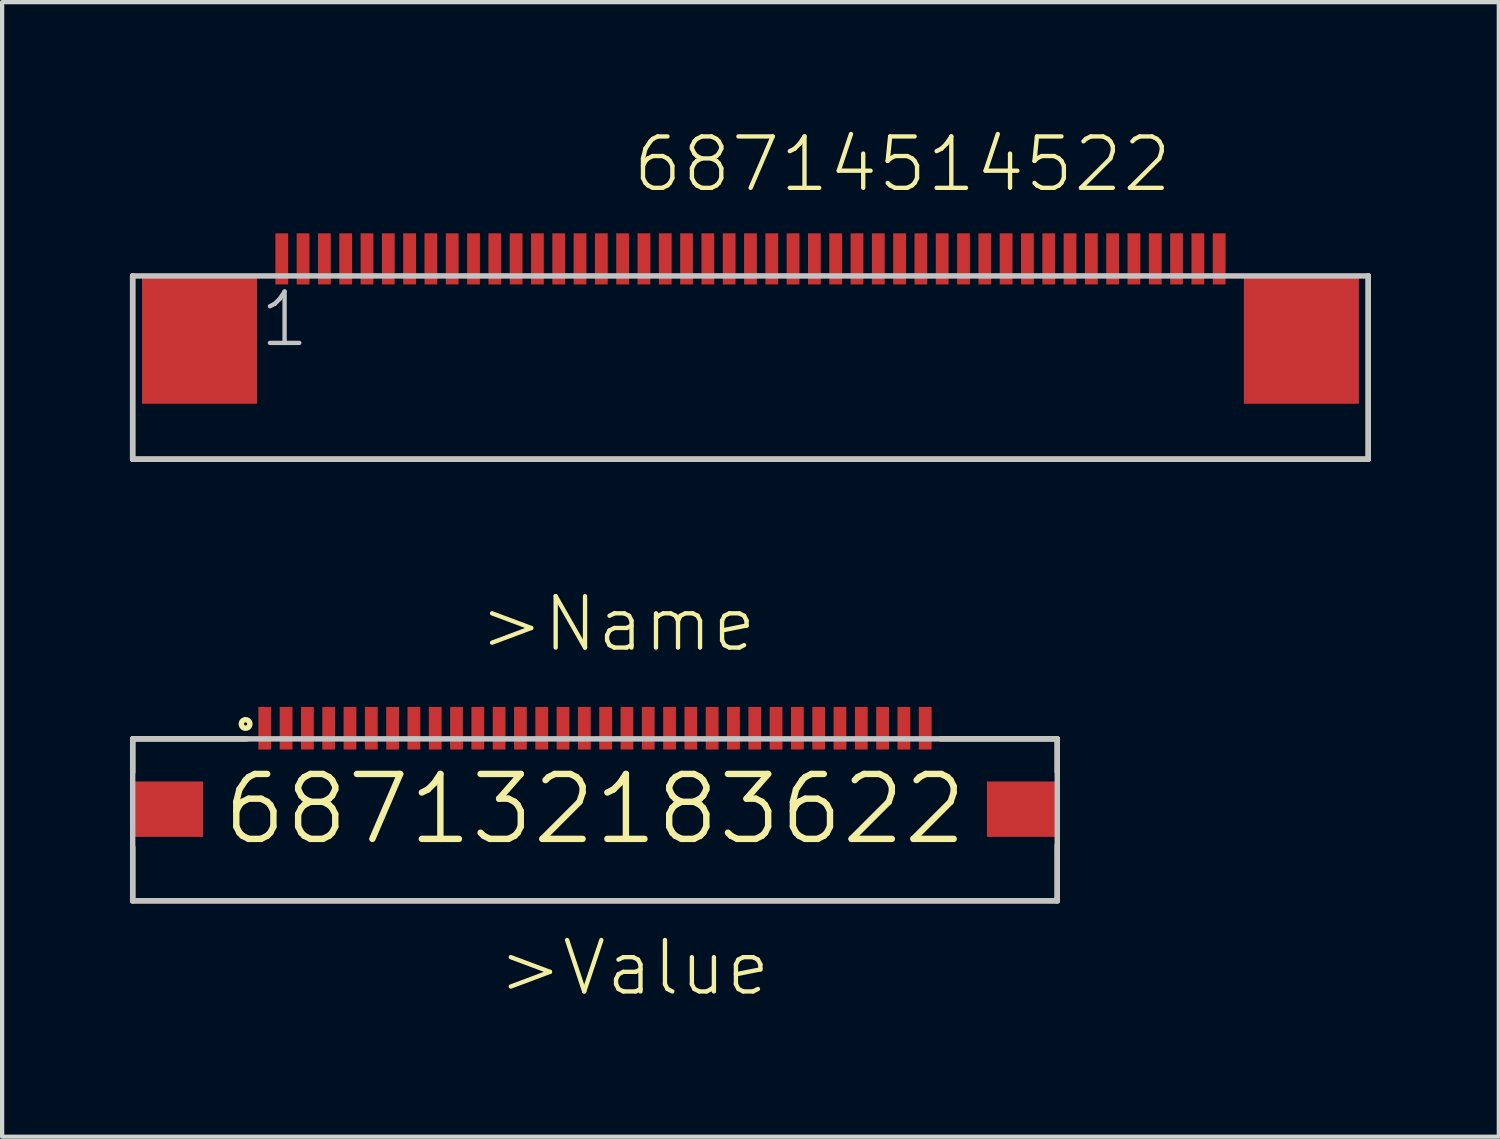
<source format=kicad_pcb>
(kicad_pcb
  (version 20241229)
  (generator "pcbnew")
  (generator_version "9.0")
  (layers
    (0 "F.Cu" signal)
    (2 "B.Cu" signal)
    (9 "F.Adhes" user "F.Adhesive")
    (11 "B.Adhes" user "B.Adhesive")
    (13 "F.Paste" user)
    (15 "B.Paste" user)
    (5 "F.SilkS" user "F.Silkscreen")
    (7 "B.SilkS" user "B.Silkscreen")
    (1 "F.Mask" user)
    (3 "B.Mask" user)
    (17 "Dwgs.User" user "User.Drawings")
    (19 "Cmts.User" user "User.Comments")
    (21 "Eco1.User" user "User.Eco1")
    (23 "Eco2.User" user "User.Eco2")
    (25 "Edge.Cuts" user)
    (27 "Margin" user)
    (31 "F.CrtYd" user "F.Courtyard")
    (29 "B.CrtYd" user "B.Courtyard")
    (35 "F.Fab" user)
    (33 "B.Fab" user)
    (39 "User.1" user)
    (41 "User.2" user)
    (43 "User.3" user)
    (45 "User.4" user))
  (footprint "68714514522"
    (layer "F.Cu")
    (at 14.563 4.926)
    (property "Reference" "68714514522" (at -2.819 -3.415 0) (layer "F.SilkS") (effects (font (size 1.206 1.206) (thickness 0.102)) (justify left bottom)))
    (attr through_hole)
    (fp_line (start -14.5 -1.5) (end -14.5 2.8) (stroke (width 0.127) (type solid)) (layer "F.SilkS"))
    (fp_line (start -14.5 2.8) (end 14.5 2.8) (stroke (width 0.127) (type solid)) (layer "F.SilkS"))
    (fp_line (start 14.5 2.8) (end 14.5 -1.5) (stroke (width 0.127) (type solid)) (layer "F.SilkS"))
    (fp_line (start -14.5 -1.5) (end 14.5 -1.5) (stroke (width 0.127) (type solid)) (layer "Dwgs.User"))
    (fp_line (start -14.5 2.8) (end -14.5 -1.5) (stroke (width 0.127) (type solid)) (layer "Dwgs.User"))
    (fp_line (start -14.5 2.8) (end 14.5 2.8) (stroke (width 0.127) (type solid)) (layer "Dwgs.User"))
    (fp_line (start 14.5 -1.5) (end 14.5 2.8) (stroke (width 0.127) (type solid)) (layer "Dwgs.User"))
    (fp_text user "1" (at -11.575 0.225 0) (layer "Dwgs.User") (effects (font (size 1.206 1.206) (thickness 0.102)) (justify left bottom)))
    (pad "1" smd rect (at -11 -1.9) (size 0.3 1.2) (layers "F.Cu" "F.Mask" "F.Paste"))
    (pad "2" smd rect (at -10.5 -1.9) (size 0.3 1.2) (layers "F.Cu" "F.Mask" "F.Paste"))
    (pad "3" smd rect (at -10 -1.9) (size 0.3 1.2) (layers "F.Cu" "F.Mask" "F.Paste"))
    (pad "4" smd rect (at -9.5 -1.9) (size 0.3 1.2) (layers "F.Cu" "F.Mask" "F.Paste"))
    (pad "5" smd rect (at -9 -1.9) (size 0.3 1.2) (layers "F.Cu" "F.Mask" "F.Paste"))
    (pad "6" smd rect (at -8.5 -1.9) (size 0.3 1.2) (layers "F.Cu" "F.Mask" "F.Paste"))
    (pad "7" smd rect (at -8 -1.9) (size 0.3 1.2) (layers "F.Cu" "F.Mask" "F.Paste"))
    (pad "8" smd rect (at -7.5 -1.9) (size 0.3 1.2) (layers "F.Cu" "F.Mask" "F.Paste"))
    (pad "9" smd rect (at -7 -1.9) (size 0.3 1.2) (layers "F.Cu" "F.Mask" "F.Paste"))
    (pad "10" smd rect (at -6.5 -1.9) (size 0.3 1.2) (layers "F.Cu" "F.Mask" "F.Paste"))
    (pad "11" smd rect (at -6 -1.9) (size 0.3 1.2) (layers "F.Cu" "F.Mask" "F.Paste"))
    (pad "12" smd rect (at -5.5 -1.9) (size 0.3 1.2) (layers "F.Cu" "F.Mask" "F.Paste"))
    (pad "13" smd rect (at -5 -1.9) (size 0.3 1.2) (layers "F.Cu" "F.Mask" "F.Paste"))
    (pad "14" smd rect (at -4.5 -1.9) (size 0.3 1.2) (layers "F.Cu" "F.Mask" "F.Paste"))
    (pad "15" smd rect (at -4 -1.9) (size 0.3 1.2) (layers "F.Cu" "F.Mask" "F.Paste"))
    (pad "16" smd rect (at -3.5 -1.9) (size 0.3 1.2) (layers "F.Cu" "F.Mask" "F.Paste"))
    (pad "17" smd rect (at -3 -1.9) (size 0.3 1.2) (layers "F.Cu" "F.Mask" "F.Paste"))
    (pad "18" smd rect (at -2.5 -1.9) (size 0.3 1.2) (layers "F.Cu" "F.Mask" "F.Paste"))
    (pad "19" smd rect (at -2 -1.9) (size 0.3 1.2) (layers "F.Cu" "F.Mask" "F.Paste"))
    (pad "20" smd rect (at -1.5 -1.9) (size 0.3 1.2) (layers "F.Cu" "F.Mask" "F.Paste"))
    (pad "21" smd rect (at -1 -1.9) (size 0.3 1.2) (layers "F.Cu" "F.Mask" "F.Paste"))
    (pad "22" smd rect (at -0.5 -1.9) (size 0.3 1.2) (layers "F.Cu" "F.Mask" "F.Paste"))
    (pad "23" smd rect (at 0 -1.9) (size 0.3 1.2) (layers "F.Cu" "F.Mask" "F.Paste"))
    (pad "24" smd rect (at 0.5 -1.9) (size 0.3 1.2) (layers "F.Cu" "F.Mask" "F.Paste"))
    (pad "25" smd rect (at 1 -1.9) (size 0.3 1.2) (layers "F.Cu" "F.Mask" "F.Paste"))
    (pad "26" smd rect (at 1.5 -1.9) (size 0.3 1.2) (layers "F.Cu" "F.Mask" "F.Paste"))
    (pad "27" smd rect (at 2 -1.9) (size 0.3 1.2) (layers "F.Cu" "F.Mask" "F.Paste"))
    (pad "28" smd rect (at 2.5 -1.9) (size 0.3 1.2) (layers "F.Cu" "F.Mask" "F.Paste"))
    (pad "29" smd rect (at 3 -1.9) (size 0.3 1.2) (layers "F.Cu" "F.Mask" "F.Paste"))
    (pad "30" smd rect (at 3.5 -1.9) (size 0.3 1.2) (layers "F.Cu" "F.Mask" "F.Paste"))
    (pad "31" smd rect (at 4 -1.9) (size 0.3 1.2) (layers "F.Cu" "F.Mask" "F.Paste"))
    (pad "32" smd rect (at 4.5 -1.9) (size 0.3 1.2) (layers "F.Cu" "F.Mask" "F.Paste"))
    (pad "33" smd rect (at 5 -1.9) (size 0.3 1.2) (layers "F.Cu" "F.Mask" "F.Paste"))
    (pad "34" smd rect (at 5.5 -1.9) (size 0.3 1.2) (layers "F.Cu" "F.Mask" "F.Paste"))
    (pad "35" smd rect (at 6 -1.9) (size 0.3 1.2) (layers "F.Cu" "F.Mask" "F.Paste"))
    (pad "36" smd rect (at 6.5 -1.9) (size 0.3 1.2) (layers "F.Cu" "F.Mask" "F.Paste"))
    (pad "37" smd rect (at 7 -1.9) (size 0.3 1.2) (layers "F.Cu" "F.Mask" "F.Paste"))
    (pad "38" smd rect (at 7.5 -1.9) (size 0.3 1.2) (layers "F.Cu" "F.Mask" "F.Paste"))
    (pad "39" smd rect (at 8 -1.9) (size 0.3 1.2) (layers "F.Cu" "F.Mask" "F.Paste"))
    (pad "40" smd rect (at 8.5 -1.9) (size 0.3 1.2) (layers "F.Cu" "F.Mask" "F.Paste"))
    (pad "41" smd rect (at 9 -1.9) (size 0.3 1.2) (layers "F.Cu" "F.Mask" "F.Paste"))
    (pad "42" smd rect (at 9.5 -1.9) (size 0.3 1.2) (layers "F.Cu" "F.Mask" "F.Paste"))
    (pad "43" smd rect (at 10 -1.9) (size 0.3 1.2) (layers "F.Cu" "F.Mask" "F.Paste"))
    (pad "44" smd rect (at 10.5 -1.9) (size 0.3 1.2) (layers "F.Cu" "F.Mask" "F.Paste"))
    (pad "45" smd rect (at 11 -1.9) (size 0.3 1.2) (layers "F.Cu" "F.Mask" "F.Paste"))
    (pad "Z1" smd rect (at -12.93 0) (size 2.7 3) (layers "F.Cu" "F.Mask" "F.Paste"))
    (pad "Z2" smd rect (at 12.93 0) (size 2.7 3) (layers "F.Cu" "F.Mask" "F.Paste")))
  (footprint "687132183622"
    (layer "F.Cu")
    (at 10.914 15.941)
    (property "Reference" "687132183622" (at 0 0 0) (layer "F.SilkS") (effects (font (size 1.524 1.524) (thickness 0.15))))
    (attr through_hole)
    (fp_line (start -10.85 -1.65) (end -10.85 -0.86) (stroke (width 0.127) (type solid)) (layer "F.SilkS"))
    (fp_line (start -10.85 0.89) (end -10.85 2.15) (stroke (width 0.127) (type solid)) (layer "F.SilkS"))
    (fp_line (start -10.85 2.15) (end 10.85 2.15) (stroke (width 0.127) (type solid)) (layer "F.SilkS"))
    (fp_line (start -8.17 -1.65) (end -10.85 -1.65) (stroke (width 0.127) (type solid)) (layer "F.SilkS"))
    (fp_line (start 8.11 -1.65) (end 10.85 -1.65) (stroke (width 0.127) (type solid)) (layer "F.SilkS"))
    (fp_line (start 10.85 -1.65) (end 10.85 -0.88) (stroke (width 0.127) (type solid)) (layer "F.SilkS"))
    (fp_line (start 10.85 2.15) (end 10.85 0.84) (stroke (width 0.127) (type solid)) (layer "F.SilkS"))
    (fp_circle (center -8.2 -2) (end -8.1 -2) (stroke (width 0.127) (type solid)) (fill no) (layer "F.SilkS"))
    (fp_line (start -10.85 -1.65) (end 10.85 -1.65) (stroke (width 0.127) (type solid)) (layer "Dwgs.User"))
    (fp_line (start -10.85 2.15) (end -10.85 -1.65) (stroke (width 0.127) (type solid)) (layer "Dwgs.User"))
    (fp_line (start 10.85 -1.65) (end 10.85 2.15) (stroke (width 0.127) (type solid)) (layer "Dwgs.User"))
    (fp_line (start 10.85 2.15) (end -10.85 2.15) (stroke (width 0.127) (type solid)) (layer "Dwgs.User"))
    (fp_text user ">Value" (at -2.33 4.43 0) (layer "F.SilkS") (effects (font (size 1.206 1.206) (thickness 0.102)) (justify left bottom)))
    (fp_text user ">Name" (at -2.77 -3.64 0) (layer "F.SilkS") (effects (font (size 1.206 1.206) (thickness 0.102)) (justify left bottom)))
    (pad "1" smd rect (at -7.75 -1.9 90) (size 1 0.3) (layers "F.Cu" "F.Mask" "F.Paste"))
    (pad "2" smd rect (at -7.25 -1.9 90) (size 1 0.3) (layers "F.Cu" "F.Mask" "F.Paste"))
    (pad "3" smd rect (at -6.75 -1.9 90) (size 1 0.3) (layers "F.Cu" "F.Mask" "F.Paste"))
    (pad "4" smd rect (at -6.25 -1.9 90) (size 1 0.3) (layers "F.Cu" "F.Mask" "F.Paste"))
    (pad "5" smd rect (at -5.75 -1.9 90) (size 1 0.3) (layers "F.Cu" "F.Mask" "F.Paste"))
    (pad "6" smd rect (at -5.25 -1.9 90) (size 1 0.3) (layers "F.Cu" "F.Mask" "F.Paste"))
    (pad "7" smd rect (at -4.75 -1.9 90) (size 1 0.3) (layers "F.Cu" "F.Mask" "F.Paste"))
    (pad "8" smd rect (at -4.25 -1.9 90) (size 1 0.3) (layers "F.Cu" "F.Mask" "F.Paste"))
    (pad "9" smd rect (at -3.75 -1.9 90) (size 1 0.3) (layers "F.Cu" "F.Mask" "F.Paste"))
    (pad "10" smd rect (at -3.25 -1.9 90) (size 1 0.3) (layers "F.Cu" "F.Mask" "F.Paste"))
    (pad "11" smd rect (at -2.75 -1.9 90) (size 1 0.3) (layers "F.Cu" "F.Mask" "F.Paste"))
    (pad "12" smd rect (at -2.25 -1.9 90) (size 1 0.3) (layers "F.Cu" "F.Mask" "F.Paste"))
    (pad "13" smd rect (at -1.75 -1.9 90) (size 1 0.3) (layers "F.Cu" "F.Mask" "F.Paste"))
    (pad "14" smd rect (at -1.25 -1.9 90) (size 1 0.3) (layers "F.Cu" "F.Mask" "F.Paste"))
    (pad "15" smd rect (at -0.75 -1.9 90) (size 1 0.3) (layers "F.Cu" "F.Mask" "F.Paste"))
    (pad "16" smd rect (at -0.25 -1.9 90) (size 1 0.3) (layers "F.Cu" "F.Mask" "F.Paste"))
    (pad "17" smd rect (at 0.25 -1.9 90) (size 1 0.3) (layers "F.Cu" "F.Mask" "F.Paste"))
    (pad "18" smd rect (at 0.75 -1.9 90) (size 1 0.3) (layers "F.Cu" "F.Mask" "F.Paste"))
    (pad "19" smd rect (at 1.25 -1.9 90) (size 1 0.3) (layers "F.Cu" "F.Mask" "F.Paste"))
    (pad "20" smd rect (at 1.75 -1.9 90) (size 1 0.3) (layers "F.Cu" "F.Mask" "F.Paste"))
    (pad "21" smd rect (at 2.25 -1.9 90) (size 1 0.3) (layers "F.Cu" "F.Mask" "F.Paste"))
    (pad "22" smd rect (at 2.75 -1.9 90) (size 1 0.3) (layers "F.Cu" "F.Mask" "F.Paste"))
    (pad "23" smd rect (at 3.25 -1.9 90) (size 1 0.3) (layers "F.Cu" "F.Mask" "F.Paste"))
    (pad "24" smd rect (at 3.75 -1.9 90) (size 1 0.3) (layers "F.Cu" "F.Mask" "F.Paste"))
    (pad "25" smd rect (at 4.25 -1.9 90) (size 1 0.3) (layers "F.Cu" "F.Mask" "F.Paste"))
    (pad "26" smd rect (at 4.75 -1.9 90) (size 1 0.3) (layers "F.Cu" "F.Mask" "F.Paste"))
    (pad "27" smd rect (at 5.25 -1.9 90) (size 1 0.3) (layers "F.Cu" "F.Mask" "F.Paste"))
    (pad "28" smd rect (at 5.75 -1.9 90) (size 1 0.3) (layers "F.Cu" "F.Mask" "F.Paste"))
    (pad "29" smd rect (at 6.25 -1.9 90) (size 1 0.3) (layers "F.Cu" "F.Mask" "F.Paste"))
    (pad "30" smd rect (at 6.75 -1.9 90) (size 1 0.3) (layers "F.Cu" "F.Mask" "F.Paste"))
    (pad "31" smd rect (at 7.25 -1.9 90) (size 1 0.3) (layers "F.Cu" "F.Mask" "F.Paste"))
    (pad "32" smd rect (at 7.75 -1.9 90) (size 1 0.3) (layers "F.Cu" "F.Mask" "F.Paste"))
    (pad "Z1" smd rect (at -10.025 0) (size 1.65 1.3) (layers "F.Cu" "F.Mask" "F.Paste"))
    (pad "Z2" smd rect (at 10.025 0) (size 1.65 1.3) (layers "F.Cu" "F.Mask" "F.Paste")))
  (gr_rect
    (start -3 -3)
    (end 32.127 23.628)
    (stroke (width 0.1) (type default))
    (fill no)
    (layer "Edge.Cuts")))
</source>
